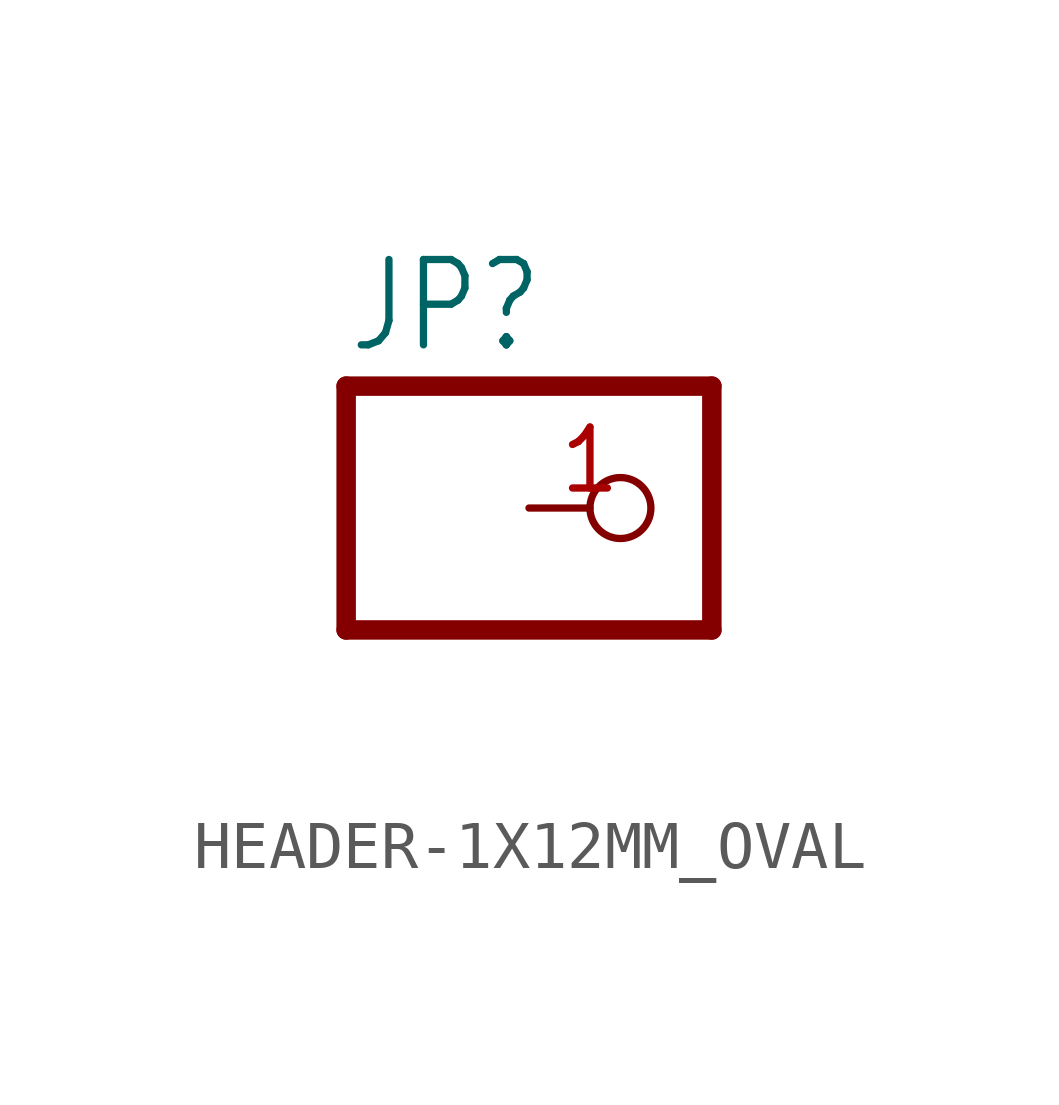
<source format=kicad_sym>
(kicad_symbol_lib
  (version 20220914)
  (generator kicad_symbol_editor)
  (symbol "HEADER-1X12MM_OVAL"
    (property "Reference" "JP"
      (at -6.35 3.175 0)
      (effects (font (size 1.778 1.511)) (justify left bottom)))
    (property "Value" ""
      (at -6.35 -5.08 0)
      (effects (font (size 1.778 1.511)) (justify left bottom)))
    (property "ki_locked" ""
      (at 0 0 0)
      (effects (font (size 1.27 1.27))))
    (symbol "HEADER-1X12MM_OVAL_1_0"
      (polyline (pts (xy -6.35 -2.54) (xy 1.27 -2.54)) (stroke (width 0.406) (type solid)) (fill (type none)))
      (polyline (pts (xy -6.35 2.54) (xy -6.35 -2.54)) (stroke (width 0.406) (type solid)) (fill (type none)))
      (polyline (pts (xy 1.27 -2.54) (xy 1.27 2.54)) (stroke (width 0.406) (type solid)) (fill (type none)))
      (polyline (pts (xy 1.27 2.54) (xy -6.35 2.54)) (stroke (width 0.406) (type solid)) (fill (type none)))
      (pin passive inverted (at -2.54 0 0) (length 2.54) (name "1" (effects (font (size 0 0)))) (number "1" (effects (font (size 1.27 1.27))))))))
</source>
